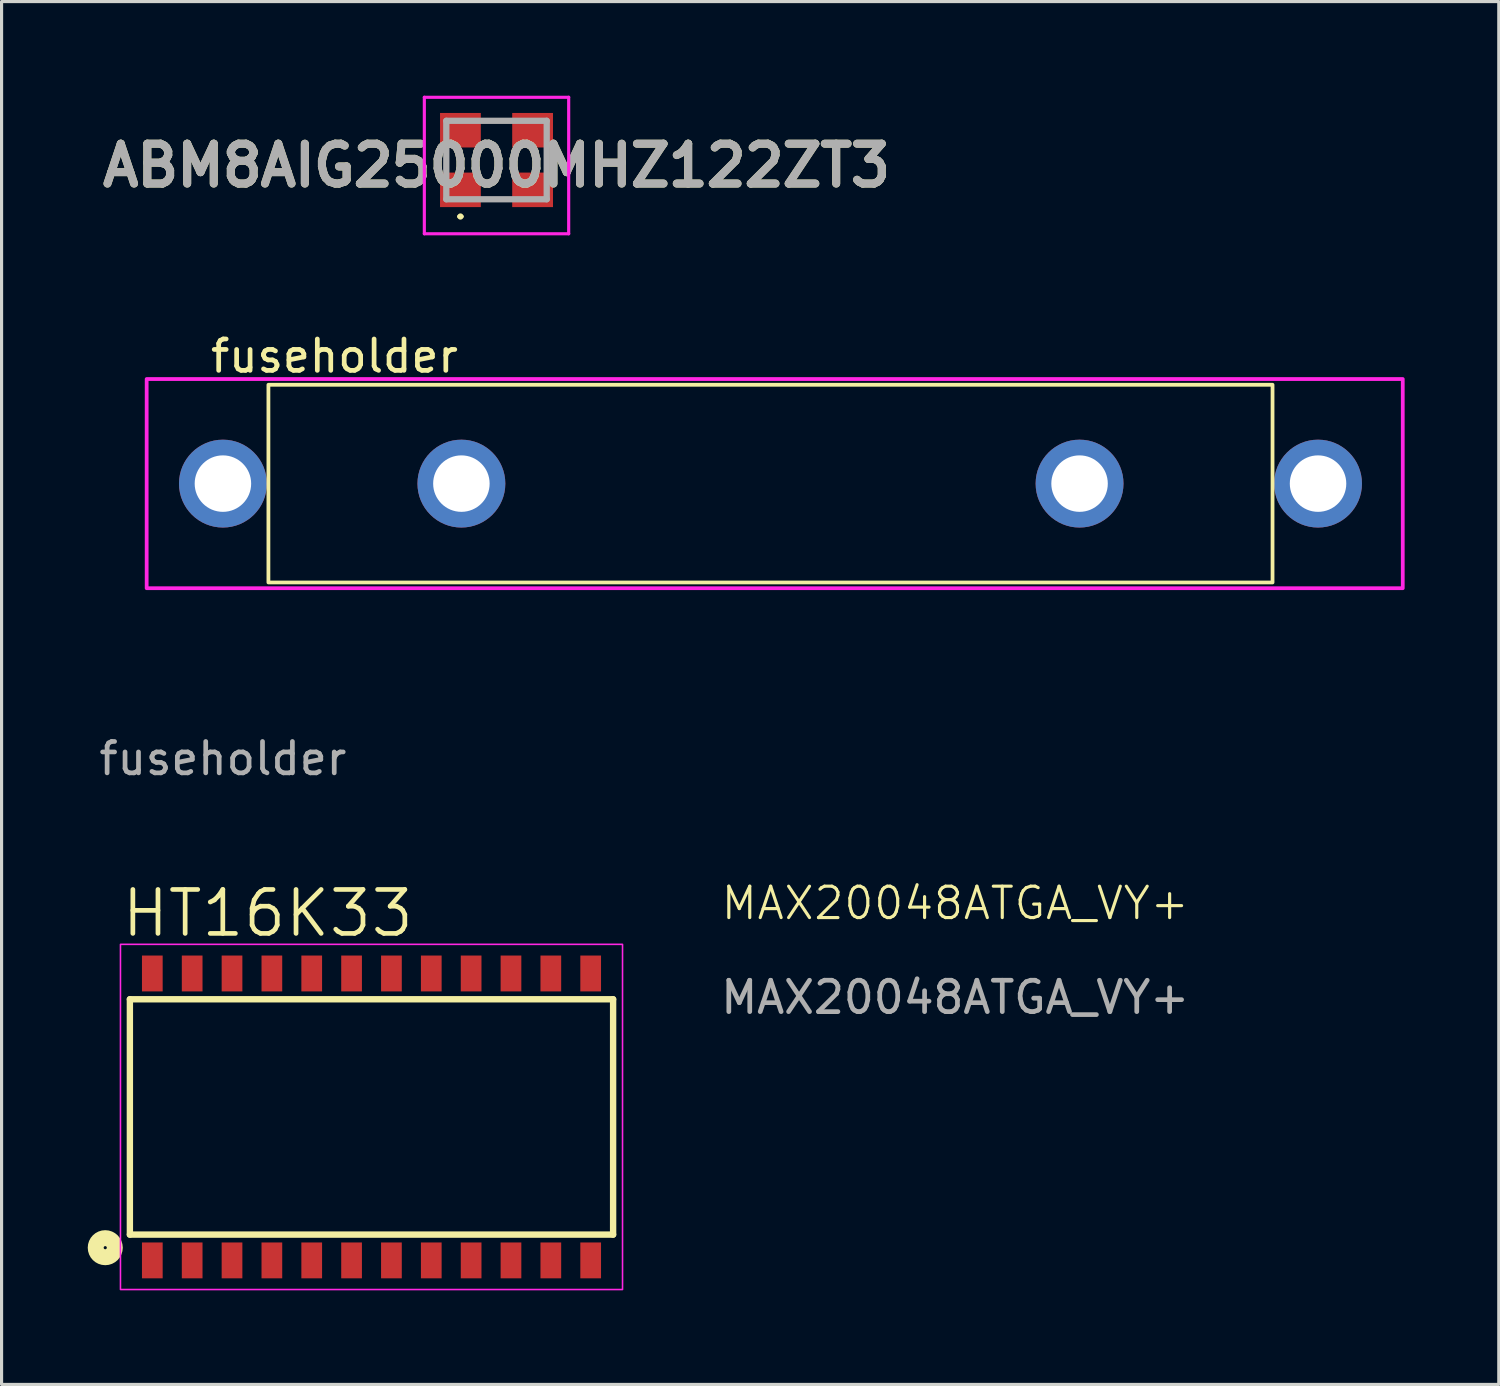
<source format=kicad_pcb>
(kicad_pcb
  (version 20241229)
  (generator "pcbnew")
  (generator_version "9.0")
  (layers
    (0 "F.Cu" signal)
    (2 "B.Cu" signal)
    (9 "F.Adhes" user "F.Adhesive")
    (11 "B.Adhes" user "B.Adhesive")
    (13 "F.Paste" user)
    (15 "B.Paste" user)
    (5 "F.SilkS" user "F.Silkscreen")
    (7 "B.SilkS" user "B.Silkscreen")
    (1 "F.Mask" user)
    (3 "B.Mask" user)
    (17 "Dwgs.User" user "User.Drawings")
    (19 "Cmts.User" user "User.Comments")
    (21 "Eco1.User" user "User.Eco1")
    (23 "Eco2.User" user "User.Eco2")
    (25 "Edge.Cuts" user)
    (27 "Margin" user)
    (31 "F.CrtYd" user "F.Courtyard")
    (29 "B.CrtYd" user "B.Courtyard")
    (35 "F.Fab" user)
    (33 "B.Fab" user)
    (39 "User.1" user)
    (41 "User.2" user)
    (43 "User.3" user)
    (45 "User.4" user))
  (footprint "HT16K33"
    (layer "F.Cu")
    (at 8.789 32.545)
    (property "Reference" "HT16K33" (at -3.305 -6.489 0) (layer "F.SilkS") (effects (font (size 1.4 1.4) (thickness 0.15))))
    (attr smd)
    (fp_line (start -7.7 -3.75) (end 7.7 -3.75) (stroke (width 0.203) (type solid)) (layer "F.SilkS"))
    (fp_line (start -7.7 3.75) (end -7.7 -3.75) (stroke (width 0.203) (type solid)) (layer "F.SilkS"))
    (fp_line (start 7.7 -3.75) (end 7.7 3.75) (stroke (width 0.203) (type solid)) (layer "F.SilkS"))
    (fp_line (start 7.7 3.75) (end -7.7 3.75) (stroke (width 0.203) (type solid)) (layer "F.SilkS"))
    (fp_circle (center -8.485 4.167) (end -8.435 4.167) (stroke (width 0.508) (type solid)) (fill no) (layer "F.SilkS"))
    (fp_rect (start -8 -5.5) (end 8 5.5) (stroke (width 0.05) (type default)) (fill no) (layer "F.CrtYd"))
    (pad "1" smd rect (at -6.985 4.572) (size 0.66 1.143) (layers "F.Cu" "F.Mask" "F.Paste"))
    (pad "2" smd rect (at -5.715 4.572) (size 0.66 1.143) (layers "F.Cu" "F.Mask" "F.Paste"))
    (pad "3" smd rect (at -4.445 4.572) (size 0.66 1.143) (layers "F.Cu" "F.Mask" "F.Paste"))
    (pad "4" smd rect (at -3.175 4.572) (size 0.66 1.143) (layers "F.Cu" "F.Mask" "F.Paste"))
    (pad "5" smd rect (at -1.905 4.572) (size 0.66 1.143) (layers "F.Cu" "F.Mask" "F.Paste"))
    (pad "6" smd rect (at -0.635 4.572) (size 0.66 1.143) (layers "F.Cu" "F.Mask" "F.Paste"))
    (pad "7" smd rect (at 0.635 4.572) (size 0.66 1.143) (layers "F.Cu" "F.Mask" "F.Paste"))
    (pad "8" smd rect (at 1.905 4.572) (size 0.66 1.143) (layers "F.Cu" "F.Mask" "F.Paste"))
    (pad "9" smd rect (at 3.175 4.572) (size 0.66 1.143) (layers "F.Cu" "F.Mask" "F.Paste"))
    (pad "10" smd rect (at 4.445 4.572) (size 0.66 1.143) (layers "F.Cu" "F.Mask" "F.Paste"))
    (pad "11" smd rect (at 5.715 4.572) (size 0.66 1.143) (layers "F.Cu" "F.Mask" "F.Paste"))
    (pad "12" smd rect (at 6.985 4.572) (size 0.66 1.143) (layers "F.Cu" "F.Mask" "F.Paste"))
    (pad "13" smd rect (at 6.985 -4.572) (size 0.66 1.143) (layers "F.Cu" "F.Mask" "F.Paste"))
    (pad "14" smd rect (at 5.715 -4.572) (size 0.66 1.143) (layers "F.Cu" "F.Mask" "F.Paste"))
    (pad "15" smd rect (at 4.445 -4.572) (size 0.66 1.143) (layers "F.Cu" "F.Mask" "F.Paste"))
    (pad "16" smd rect (at 3.175 -4.572) (size 0.66 1.143) (layers "F.Cu" "F.Mask" "F.Paste"))
    (pad "17" smd rect (at 1.905 -4.572) (size 0.66 1.143) (layers "F.Cu" "F.Mask" "F.Paste"))
    (pad "18" smd rect (at 0.635 -4.572) (size 0.66 1.143) (layers "F.Cu" "F.Mask" "F.Paste"))
    (pad "19" smd rect (at -0.635 -4.572) (size 0.66 1.143) (layers "F.Cu" "F.Mask" "F.Paste"))
    (pad "20" smd rect (at -1.905 -4.572) (size 0.66 1.143) (layers "F.Cu" "F.Mask" "F.Paste"))
    (pad "21" smd rect (at -3.175 -4.572) (size 0.66 1.143) (layers "F.Cu" "F.Mask" "F.Paste"))
    (pad "22" smd rect (at -4.445 -4.572) (size 0.66 1.143) (layers "F.Cu" "F.Mask" "F.Paste"))
    (pad "23" smd rect (at -5.715 -4.572) (size 0.66 1.143) (layers "F.Cu" "F.Mask" "F.Paste"))
    (pad "24" smd rect (at -6.985 -4.572) (size 0.66 1.143) (layers "F.Cu" "F.Mask" "F.Paste")))
  (footprint "fuseholder"
    (layer "F.Cu")
    (at 4.054 12.362)
    (property "Reference" "fuseholder" (at 3.556 -4.064 0) (unlocked yes) (layer "F.SilkS") (effects (font (size 1 1) (thickness 0.15))))
    (attr through_hole)
    (fp_rect (start 1.45 -3.15) (end 33.45 3.15) (stroke (width 0.12) (type solid)) (fill no) (layer "F.SilkS"))
    (fp_rect (start -2.43 -3.333) (end 37.6 3.333) (stroke (width 0.12) (type solid)) (fill no) (layer "F.CrtYd"))
    (fp_text user "${REFERENCE}" (at 0 8.763 0) (unlocked yes) (layer "F.Fab") (effects (font (size 1 1) (thickness 0.15))))
    (pad "1" thru_hole circle (at 0 0) (size 2.8 2.8) (drill 1.8) (layers "*.Cu" "*.Mask"))
    (pad "1" thru_hole circle (at 7.6 0) (size 2.8 2.8) (drill 1.8) (layers "*.Cu" "*.Mask"))
    (pad "2" thru_hole circle (at 27.3 0) (size 2.8 2.8) (drill 1.8) (layers "*.Cu" "*.Mask"))
    (pad "2" thru_hole circle (at 34.9 0) (size 2.8 2.8) (drill 1.8) (layers "*.Cu" "*.Mask")))
  (footprint "ABM8AIG25000MHZ122ZT3"
    (layer "F.Cu")
    (at 12.773 2.05)
    (property "Reference" "ABM8AIG25000MHZ122ZT3" (at 0 0.175 0) (layer "F.SilkS") (effects (font (size 1.27 1.27) (thickness 0.254))))
    (attr smd)
    (fp_line (start -1.6 -0.2) (end -1.6 0.2) (stroke (width 0.1) (type solid)) (layer "F.SilkS"))
    (fp_line (start -1.2 1.8) (end -1.2 1.8) (stroke (width 0.1) (type solid)) (layer "F.SilkS"))
    (fp_line (start -1.1 1.8) (end -1.1 1.8) (stroke (width 0.1) (type solid)) (layer "F.SilkS"))
    (fp_line (start -0.3 -1.25) (end 0.3 -1.25) (stroke (width 0.1) (type solid)) (layer "F.SilkS"))
    (fp_line (start -0.3 1.25) (end 0.3 1.25) (stroke (width 0.1) (type solid)) (layer "F.SilkS"))
    (fp_line (start 1.6 -0.2) (end 1.6 0.2) (stroke (width 0.1) (type solid)) (layer "F.SilkS"))
    (fp_arc (start -1.2 1.8) (mid -1.15 1.75) (end -1.1 1.8) (stroke (width 0.1) (type solid)) (layer "F.SilkS"))
    (fp_arc (start -1.1 1.8) (mid -1.15 1.85) (end -1.2 1.8) (stroke (width 0.1) (type solid)) (layer "F.SilkS"))
    (fp_line (start -2.3 -2) (end 2.3 -2) (stroke (width 0.1) (type solid)) (layer "F.CrtYd"))
    (fp_line (start -2.3 2.35) (end -2.3 -2) (stroke (width 0.1) (type solid)) (layer "F.CrtYd"))
    (fp_line (start 2.3 -2) (end 2.3 2.35) (stroke (width 0.1) (type solid)) (layer "F.CrtYd"))
    (fp_line (start 2.3 2.35) (end -2.3 2.35) (stroke (width 0.1) (type solid)) (layer "F.CrtYd"))
    (fp_line (start -1.6 -1.25) (end 1.6 -1.25) (stroke (width 0.2) (type solid)) (layer "F.Fab"))
    (fp_line (start -1.6 1.25) (end -1.6 -1.25) (stroke (width 0.2) (type solid)) (layer "F.Fab"))
    (fp_line (start 1.6 -1.25) (end 1.6 1.25) (stroke (width 0.2) (type solid)) (layer "F.Fab"))
    (fp_line (start 1.6 1.25) (end -1.6 1.25) (stroke (width 0.2) (type solid)) (layer "F.Fab"))
    (fp_text user "${REFERENCE}" (at 0 0.175 0) (layer "F.Fab") (effects (font (size 1.27 1.27) (thickness 0.254))))
    (pad "1" smd rect (at -1.15 0.95 90) (size 1.1 1.3) (layers "F.Cu" "F.Mask" "F.Paste"))
    (pad "2" smd rect (at 1.15 0.95 90) (size 1.1 1.3) (layers "F.Cu" "F.Mask" "F.Paste"))
    (pad "3" smd rect (at 1.15 -0.95 90) (size 1.1 1.3) (layers "F.Cu" "F.Mask" "F.Paste"))
    (pad "4" smd rect (at -1.15 -0.95 90) (size 1.1 1.3) (layers "F.Cu" "F.Mask" "F.Paste")))
  (footprint "MAX20048ATGA_VY+"
    (layer "F.Cu")
    (at 27.391 26.234)
    (property "Reference" "MAX20048ATGA_VY+" (at 0 -0.5 0) (unlocked yes) (layer "F.SilkS") (effects (font (size 1 1) (thickness 0.1))))
    (attr board_only exclude_from_pos_files exclude_from_bom)
    (fp_text user "${REFERENCE}" (at 0 2.5 0) (unlocked yes) (layer "F.Fab") (effects (font (size 1 1) (thickness 0.15)))))
  (gr_rect
    (start -3 -3)
    (end 44.714 41.07)
    (stroke (width 0.1) (type default))
    (fill no)
    (layer "Edge.Cuts")))
</source>
